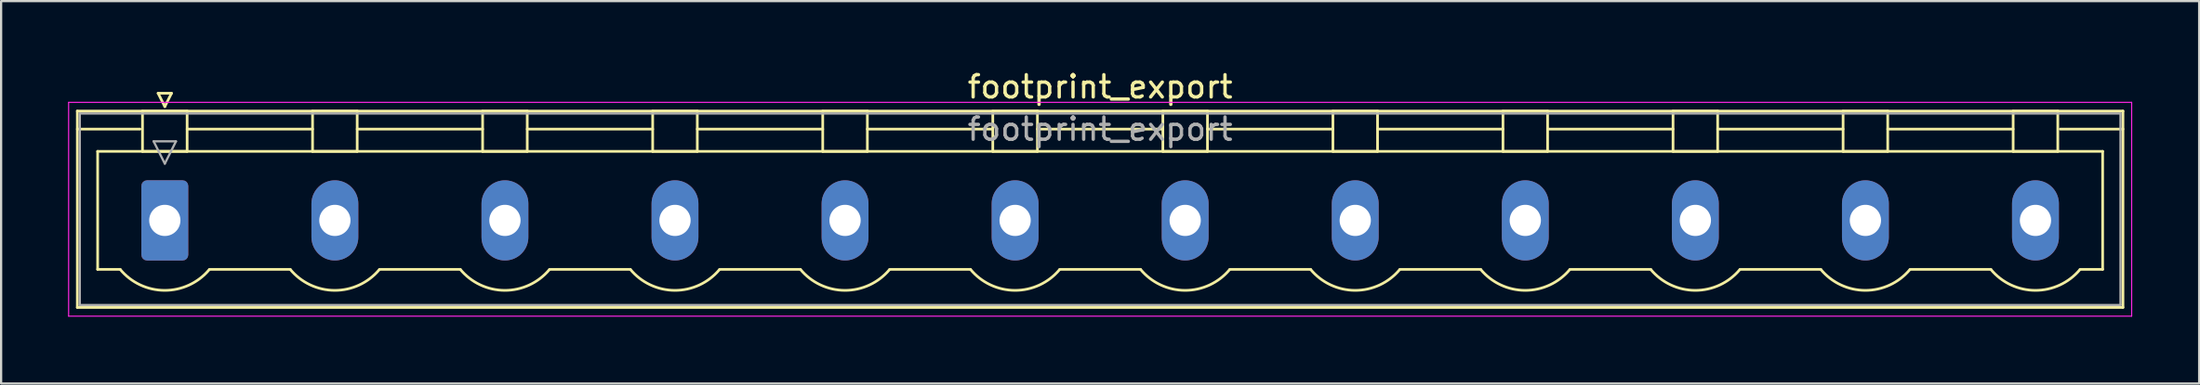
<source format=kicad_pcb>
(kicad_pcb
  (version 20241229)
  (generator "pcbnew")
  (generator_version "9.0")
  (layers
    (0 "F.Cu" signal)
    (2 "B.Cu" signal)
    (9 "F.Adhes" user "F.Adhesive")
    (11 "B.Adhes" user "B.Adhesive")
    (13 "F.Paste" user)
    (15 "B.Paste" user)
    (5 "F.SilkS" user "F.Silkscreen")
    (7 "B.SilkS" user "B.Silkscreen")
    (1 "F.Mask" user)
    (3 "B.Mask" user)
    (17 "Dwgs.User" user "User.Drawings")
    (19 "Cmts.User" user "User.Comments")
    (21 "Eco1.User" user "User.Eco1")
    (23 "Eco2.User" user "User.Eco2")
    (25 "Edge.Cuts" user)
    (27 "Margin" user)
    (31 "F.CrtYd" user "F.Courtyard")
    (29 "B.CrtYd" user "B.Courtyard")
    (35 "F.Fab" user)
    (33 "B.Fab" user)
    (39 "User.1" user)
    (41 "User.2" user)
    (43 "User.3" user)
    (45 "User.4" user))
  (footprint "footprint_export"
    (layer "F.Cu")
    (at 4.335 6.848)
    (property "Reference" "footprint_export" (at 41.91 -6 0) (layer "F.SilkS") (effects (font (size 1 1) (thickness 0.15))))
    (attr through_hole)
    (fp_line (start -3.92 -4.91) (end -3.92 3.91) (stroke (width 0.12) (type solid)) (layer "F.SilkS"))
    (fp_line (start -3.92 -4.1) (end -1.11 -4.1) (stroke (width 0.12) (type solid)) (layer "F.SilkS"))
    (fp_line (start -3.92 3.91) (end 87.74 3.91) (stroke (width 0.12) (type solid)) (layer "F.SilkS"))
    (fp_line (start -3.01 -3.1) (end 86.83 -3.1) (stroke (width 0.12) (type solid)) (layer "F.SilkS"))
    (fp_line (start -3.01 2.2) (end -3.01 -3.1) (stroke (width 0.12) (type solid)) (layer "F.SilkS"))
    (fp_line (start -2 2.2) (end -3.01 2.2) (stroke (width 0.12) (type solid)) (layer "F.SilkS"))
    (fp_line (start -1 -4.91) (end 1 -4.91) (stroke (width 0.12) (type solid)) (layer "F.SilkS"))
    (fp_line (start -1 -3.1) (end -1 -4.91) (stroke (width 0.12) (type solid)) (layer "F.SilkS"))
    (fp_line (start -0.3 -5.71) (end 0.3 -5.71) (stroke (width 0.12) (type solid)) (layer "F.SilkS"))
    (fp_line (start 0 -5.11) (end -0.3 -5.71) (stroke (width 0.12) (type solid)) (layer "F.SilkS"))
    (fp_line (start 0.3 -5.71) (end 0 -5.11) (stroke (width 0.12) (type solid)) (layer "F.SilkS"))
    (fp_line (start 1 -4.91) (end 1 -3.1) (stroke (width 0.12) (type solid)) (layer "F.SilkS"))
    (fp_line (start 1 -4.1) (end 6.62 -4.1) (stroke (width 0.12) (type solid)) (layer "F.SilkS"))
    (fp_line (start 1 -3.1) (end -1 -3.1) (stroke (width 0.12) (type solid)) (layer "F.SilkS"))
    (fp_line (start 2 2.2) (end 5.62 2.2) (stroke (width 0.12) (type solid)) (layer "F.SilkS"))
    (fp_line (start 6.62 -4.91) (end 8.62 -4.91) (stroke (width 0.12) (type solid)) (layer "F.SilkS"))
    (fp_line (start 6.62 -3.1) (end 6.62 -4.91) (stroke (width 0.12) (type solid)) (layer "F.SilkS"))
    (fp_line (start 8.62 -4.91) (end 8.62 -3.1) (stroke (width 0.12) (type solid)) (layer "F.SilkS"))
    (fp_line (start 8.62 -4.1) (end 14.24 -4.1) (stroke (width 0.12) (type solid)) (layer "F.SilkS"))
    (fp_line (start 8.62 -3.1) (end 6.62 -3.1) (stroke (width 0.12) (type solid)) (layer "F.SilkS"))
    (fp_line (start 9.62 2.2) (end 13.24 2.2) (stroke (width 0.12) (type solid)) (layer "F.SilkS"))
    (fp_line (start 14.24 -4.91) (end 16.24 -4.91) (stroke (width 0.12) (type solid)) (layer "F.SilkS"))
    (fp_line (start 14.24 -3.1) (end 14.24 -4.91) (stroke (width 0.12) (type solid)) (layer "F.SilkS"))
    (fp_line (start 16.24 -4.91) (end 16.24 -3.1) (stroke (width 0.12) (type solid)) (layer "F.SilkS"))
    (fp_line (start 16.24 -4.1) (end 21.86 -4.1) (stroke (width 0.12) (type solid)) (layer "F.SilkS"))
    (fp_line (start 16.24 -3.1) (end 14.24 -3.1) (stroke (width 0.12) (type solid)) (layer "F.SilkS"))
    (fp_line (start 17.24 2.2) (end 20.86 2.2) (stroke (width 0.12) (type solid)) (layer "F.SilkS"))
    (fp_line (start 21.86 -4.91) (end 23.86 -4.91) (stroke (width 0.12) (type solid)) (layer "F.SilkS"))
    (fp_line (start 21.86 -3.1) (end 21.86 -4.91) (stroke (width 0.12) (type solid)) (layer "F.SilkS"))
    (fp_line (start 23.86 -4.91) (end 23.86 -3.1) (stroke (width 0.12) (type solid)) (layer "F.SilkS"))
    (fp_line (start 23.86 -4.1) (end 29.48 -4.1) (stroke (width 0.12) (type solid)) (layer "F.SilkS"))
    (fp_line (start 23.86 -3.1) (end 21.86 -3.1) (stroke (width 0.12) (type solid)) (layer "F.SilkS"))
    (fp_line (start 24.86 2.2) (end 28.48 2.2) (stroke (width 0.12) (type solid)) (layer "F.SilkS"))
    (fp_line (start 29.48 -4.91) (end 31.48 -4.91) (stroke (width 0.12) (type solid)) (layer "F.SilkS"))
    (fp_line (start 29.48 -3.1) (end 29.48 -4.91) (stroke (width 0.12) (type solid)) (layer "F.SilkS"))
    (fp_line (start 31.48 -4.91) (end 31.48 -3.1) (stroke (width 0.12) (type solid)) (layer "F.SilkS"))
    (fp_line (start 31.48 -4.1) (end 37.1 -4.1) (stroke (width 0.12) (type solid)) (layer "F.SilkS"))
    (fp_line (start 31.48 -3.1) (end 29.48 -3.1) (stroke (width 0.12) (type solid)) (layer "F.SilkS"))
    (fp_line (start 32.48 2.2) (end 36.1 2.2) (stroke (width 0.12) (type solid)) (layer "F.SilkS"))
    (fp_line (start 37.1 -4.91) (end 39.1 -4.91) (stroke (width 0.12) (type solid)) (layer "F.SilkS"))
    (fp_line (start 37.1 -3.1) (end 37.1 -4.91) (stroke (width 0.12) (type solid)) (layer "F.SilkS"))
    (fp_line (start 39.1 -4.91) (end 39.1 -3.1) (stroke (width 0.12) (type solid)) (layer "F.SilkS"))
    (fp_line (start 39.1 -4.1) (end 44.72 -4.1) (stroke (width 0.12) (type solid)) (layer "F.SilkS"))
    (fp_line (start 39.1 -3.1) (end 37.1 -3.1) (stroke (width 0.12) (type solid)) (layer "F.SilkS"))
    (fp_line (start 40.1 2.2) (end 43.72 2.2) (stroke (width 0.12) (type solid)) (layer "F.SilkS"))
    (fp_line (start 44.72 -4.91) (end 46.72 -4.91) (stroke (width 0.12) (type solid)) (layer "F.SilkS"))
    (fp_line (start 44.72 -3.1) (end 44.72 -4.91) (stroke (width 0.12) (type solid)) (layer "F.SilkS"))
    (fp_line (start 46.72 -4.91) (end 46.72 -3.1) (stroke (width 0.12) (type solid)) (layer "F.SilkS"))
    (fp_line (start 46.72 -4.1) (end 52.34 -4.1) (stroke (width 0.12) (type solid)) (layer "F.SilkS"))
    (fp_line (start 46.72 -3.1) (end 44.72 -3.1) (stroke (width 0.12) (type solid)) (layer "F.SilkS"))
    (fp_line (start 47.72 2.2) (end 51.34 2.2) (stroke (width 0.12) (type solid)) (layer "F.SilkS"))
    (fp_line (start 52.34 -4.91) (end 54.34 -4.91) (stroke (width 0.12) (type solid)) (layer "F.SilkS"))
    (fp_line (start 52.34 -3.1) (end 52.34 -4.91) (stroke (width 0.12) (type solid)) (layer "F.SilkS"))
    (fp_line (start 54.34 -4.91) (end 54.34 -3.1) (stroke (width 0.12) (type solid)) (layer "F.SilkS"))
    (fp_line (start 54.34 -4.1) (end 59.96 -4.1) (stroke (width 0.12) (type solid)) (layer "F.SilkS"))
    (fp_line (start 54.34 -3.1) (end 52.34 -3.1) (stroke (width 0.12) (type solid)) (layer "F.SilkS"))
    (fp_line (start 55.34 2.2) (end 58.96 2.2) (stroke (width 0.12) (type solid)) (layer "F.SilkS"))
    (fp_line (start 59.96 -4.91) (end 61.96 -4.91) (stroke (width 0.12) (type solid)) (layer "F.SilkS"))
    (fp_line (start 59.96 -3.1) (end 59.96 -4.91) (stroke (width 0.12) (type solid)) (layer "F.SilkS"))
    (fp_line (start 61.96 -4.91) (end 61.96 -3.1) (stroke (width 0.12) (type solid)) (layer "F.SilkS"))
    (fp_line (start 61.96 -4.1) (end 67.58 -4.1) (stroke (width 0.12) (type solid)) (layer "F.SilkS"))
    (fp_line (start 61.96 -3.1) (end 59.96 -3.1) (stroke (width 0.12) (type solid)) (layer "F.SilkS"))
    (fp_line (start 62.96 2.2) (end 66.58 2.2) (stroke (width 0.12) (type solid)) (layer "F.SilkS"))
    (fp_line (start 67.58 -4.91) (end 69.58 -4.91) (stroke (width 0.12) (type solid)) (layer "F.SilkS"))
    (fp_line (start 67.58 -3.1) (end 67.58 -4.91) (stroke (width 0.12) (type solid)) (layer "F.SilkS"))
    (fp_line (start 69.58 -4.91) (end 69.58 -3.1) (stroke (width 0.12) (type solid)) (layer "F.SilkS"))
    (fp_line (start 69.58 -4.1) (end 75.2 -4.1) (stroke (width 0.12) (type solid)) (layer "F.SilkS"))
    (fp_line (start 69.58 -3.1) (end 67.58 -3.1) (stroke (width 0.12) (type solid)) (layer "F.SilkS"))
    (fp_line (start 70.58 2.2) (end 74.2 2.2) (stroke (width 0.12) (type solid)) (layer "F.SilkS"))
    (fp_line (start 75.2 -4.91) (end 77.2 -4.91) (stroke (width 0.12) (type solid)) (layer "F.SilkS"))
    (fp_line (start 75.2 -3.1) (end 75.2 -4.91) (stroke (width 0.12) (type solid)) (layer "F.SilkS"))
    (fp_line (start 77.2 -4.91) (end 77.2 -3.1) (stroke (width 0.12) (type solid)) (layer "F.SilkS"))
    (fp_line (start 77.2 -4.1) (end 82.82 -4.1) (stroke (width 0.12) (type solid)) (layer "F.SilkS"))
    (fp_line (start 77.2 -3.1) (end 75.2 -3.1) (stroke (width 0.12) (type solid)) (layer "F.SilkS"))
    (fp_line (start 78.2 2.2) (end 81.82 2.2) (stroke (width 0.12) (type solid)) (layer "F.SilkS"))
    (fp_line (start 82.82 -4.91) (end 84.82 -4.91) (stroke (width 0.12) (type solid)) (layer "F.SilkS"))
    (fp_line (start 82.82 -3.1) (end 82.82 -4.91) (stroke (width 0.12) (type solid)) (layer "F.SilkS"))
    (fp_line (start 84.82 -4.91) (end 84.82 -3.1) (stroke (width 0.12) (type solid)) (layer "F.SilkS"))
    (fp_line (start 84.82 -3.1) (end 82.82 -3.1) (stroke (width 0.12) (type solid)) (layer "F.SilkS"))
    (fp_line (start 86.83 -3.1) (end 86.83 2.2) (stroke (width 0.12) (type solid)) (layer "F.SilkS"))
    (fp_line (start 86.83 2.2) (end 85.82 2.2) (stroke (width 0.12) (type solid)) (layer "F.SilkS"))
    (fp_line (start 87.74 -4.91) (end -3.92 -4.91) (stroke (width 0.12) (type solid)) (layer "F.SilkS"))
    (fp_line (start 87.74 -4.1) (end 84.93 -4.1) (stroke (width 0.12) (type solid)) (layer "F.SilkS"))
    (fp_line (start 87.74 3.91) (end 87.74 -4.91) (stroke (width 0.12) (type solid)) (layer "F.SilkS"))
    (fp_arc (start 1.986842 2.215821) (mid -0.010289 3.142758) (end -2 2.2) (stroke (width 0.12) (type solid)) (layer "F.SilkS"))
    (fp_arc (start 9.606842 2.215821) (mid 7.609711 3.142758) (end 5.62 2.2) (stroke (width 0.12) (type solid)) (layer "F.SilkS"))
    (fp_arc (start 17.226842 2.215821) (mid 15.229711 3.142758) (end 13.24 2.2) (stroke (width 0.12) (type solid)) (layer "F.SilkS"))
    (fp_arc (start 24.846842 2.215821) (mid 22.849711 3.142758) (end 20.86 2.2) (stroke (width 0.12) (type solid)) (layer "F.SilkS"))
    (fp_arc (start 32.466842 2.215821) (mid 30.469711 3.142758) (end 28.48 2.2) (stroke (width 0.12) (type solid)) (layer "F.SilkS"))
    (fp_arc (start 40.086842 2.215821) (mid 38.089711 3.142758) (end 36.1 2.2) (stroke (width 0.12) (type solid)) (layer "F.SilkS"))
    (fp_arc (start 47.706842 2.215821) (mid 45.709711 3.142758) (end 43.72 2.2) (stroke (width 0.12) (type solid)) (layer "F.SilkS"))
    (fp_arc (start 55.326842 2.215821) (mid 53.329711 3.142758) (end 51.34 2.2) (stroke (width 0.12) (type solid)) (layer "F.SilkS"))
    (fp_arc (start 62.946842 2.215821) (mid 60.949711 3.142758) (end 58.96 2.2) (stroke (width 0.12) (type solid)) (layer "F.SilkS"))
    (fp_arc (start 70.566842 2.215821) (mid 68.569711 3.142758) (end 66.58 2.2) (stroke (width 0.12) (type solid)) (layer "F.SilkS"))
    (fp_arc (start 78.186842 2.215821) (mid 76.189711 3.142758) (end 74.2 2.2) (stroke (width 0.12) (type solid)) (layer "F.SilkS"))
    (fp_arc (start 85.806842 2.215821) (mid 83.809711 3.142758) (end 81.82 2.2) (stroke (width 0.12) (type solid)) (layer "F.SilkS"))
    (fp_line (start -4.31 -5.3) (end -4.31 4.3) (stroke (width 0.05) (type solid)) (layer "F.CrtYd"))
    (fp_line (start -4.31 4.3) (end 88.13 4.3) (stroke (width 0.05) (type solid)) (layer "F.CrtYd"))
    (fp_line (start 88.13 -5.3) (end -4.31 -5.3) (stroke (width 0.05) (type solid)) (layer "F.CrtYd"))
    (fp_line (start 88.13 4.3) (end 88.13 -5.3) (stroke (width 0.05) (type solid)) (layer "F.CrtYd"))
    (fp_line (start -3.81 -4.8) (end -3.81 3.8) (stroke (width 0.1) (type solid)) (layer "F.Fab"))
    (fp_line (start -3.81 3.8) (end 87.63 3.8) (stroke (width 0.1) (type solid)) (layer "F.Fab"))
    (fp_line (start -0.5 -3.55) (end 0.5 -3.55) (stroke (width 0.1) (type solid)) (layer "F.Fab"))
    (fp_line (start 0 -2.55) (end -0.5 -3.55) (stroke (width 0.1) (type solid)) (layer "F.Fab"))
    (fp_line (start 0.5 -3.55) (end 0 -2.55) (stroke (width 0.1) (type solid)) (layer "F.Fab"))
    (fp_line (start 87.63 -4.8) (end -3.81 -4.8) (stroke (width 0.1) (type solid)) (layer "F.Fab"))
    (fp_line (start 87.63 3.8) (end 87.63 -4.8) (stroke (width 0.1) (type solid)) (layer "F.Fab"))
    (fp_text user "${REFERENCE}" (at 41.91 -4.1 0) (layer "F.Fab") (effects (font (size 1 1) (thickness 0.15))))
    (pad "1" thru_hole roundrect (at 0 0) (size 2.1 3.6) (drill 1.4) (layers "*.Cu" "*.Mask") (roundrect_rratio 0.119))
    (pad "2" thru_hole oval (at 7.62 0) (size 2.1 3.6) (drill 1.4) (layers "*.Cu" "*.Mask"))
    (pad "3" thru_hole oval (at 15.24 0) (size 2.1 3.6) (drill 1.4) (layers "*.Cu" "*.Mask"))
    (pad "4" thru_hole oval (at 22.86 0) (size 2.1 3.6) (drill 1.4) (layers "*.Cu" "*.Mask"))
    (pad "5" thru_hole oval (at 30.48 0) (size 2.1 3.6) (drill 1.4) (layers "*.Cu" "*.Mask"))
    (pad "6" thru_hole oval (at 38.1 0) (size 2.1 3.6) (drill 1.4) (layers "*.Cu" "*.Mask"))
    (pad "7" thru_hole oval (at 45.72 0) (size 2.1 3.6) (drill 1.4) (layers "*.Cu" "*.Mask"))
    (pad "8" thru_hole oval (at 53.34 0) (size 2.1 3.6) (drill 1.4) (layers "*.Cu" "*.Mask"))
    (pad "9" thru_hole oval (at 60.96 0) (size 2.1 3.6) (drill 1.4) (layers "*.Cu" "*.Mask"))
    (pad "10" thru_hole oval (at 68.58 0) (size 2.1 3.6) (drill 1.4) (layers "*.Cu" "*.Mask"))
    (pad "11" thru_hole oval (at 76.2 0) (size 2.1 3.6) (drill 1.4) (layers "*.Cu" "*.Mask"))
    (pad "12" thru_hole oval (at 83.82 0) (size 2.1 3.6) (drill 1.4) (layers "*.Cu" "*.Mask")))
  (gr_rect
    (start -3 -3)
    (end 95.49 14.173)
    (stroke (width 0.1) (type default))
    (fill no)
    (layer "Edge.Cuts")))
</source>
